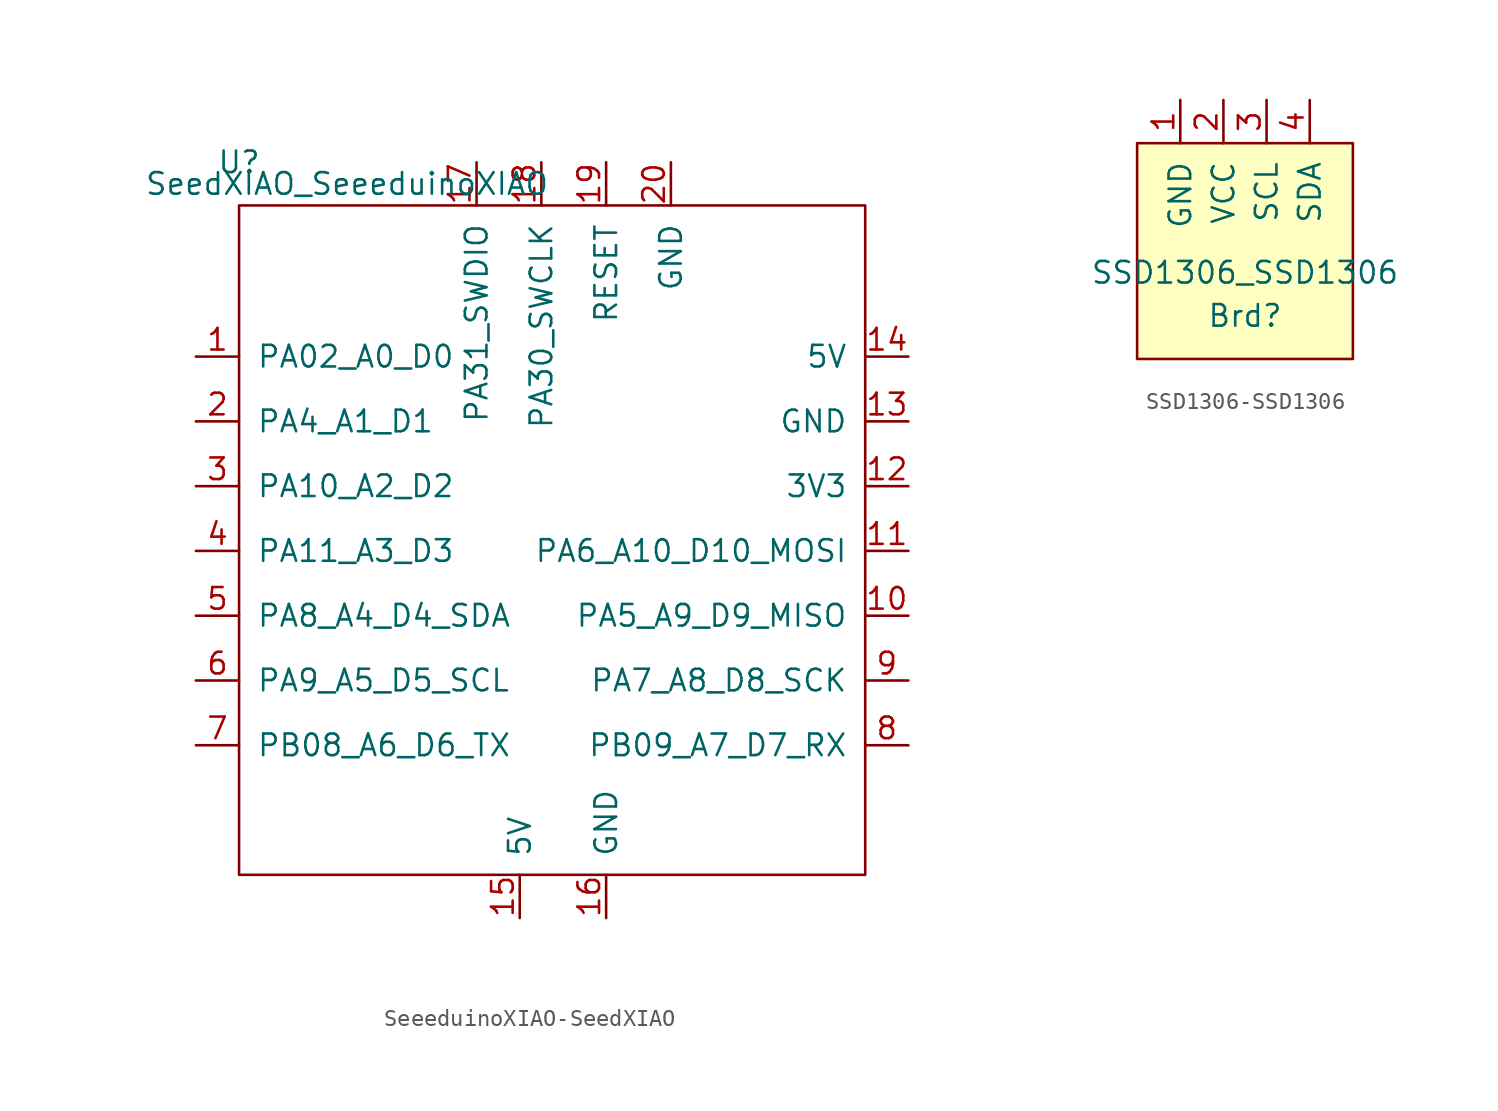
<source format=kicad_sym>
(kicad_symbol_lib
  (version 20231120)
  (generator "kicad_symbol_editor")
  (generator_version "8.0")
  (symbol "SeeeduinoXIAO-SeedXIAO"
    (pin_names
      (offset 1.016))
    (property "Reference" "U"
      (at -19.05 22.86 0)
      (effects (font (size 1.27 1.27))))
    (property "Value" "SeedXIAO_SeeeduinoXIAO"
      (at -12.7 21.59 0)
      (effects (font (size 1.27 1.27))))
    (symbol "SeeeduinoXIAO-SeedXIAO_0_1"
      (rectangle (start -19.05 20.32) (end 17.78 -19.05) (stroke (width 0) (type solid)) (fill (type none))))
    (symbol "SeeeduinoXIAO-SeedXIAO_1_1"
      (pin unspecified line (at -21.59 11.43 0) (length 2.54) (name "PA02_A0_D0" (effects (font (size 1.27 1.27)))) (number "1" (effects (font (size 1.27 1.27)))))
      (pin unspecified line (at 20.32 -3.81 180) (length 2.54) (name "PA5_A9_D9_MISO" (effects (font (size 1.27 1.27)))) (number "10" (effects (font (size 1.27 1.27)))))
      (pin unspecified line (at 20.32 0 180) (length 2.54) (name "PA6_A10_D10_MOSI" (effects (font (size 1.27 1.27)))) (number "11" (effects (font (size 1.27 1.27)))))
      (pin unspecified line (at 20.32 3.81 180) (length 2.54) (name "3V3" (effects (font (size 1.27 1.27)))) (number "12" (effects (font (size 1.27 1.27)))))
      (pin unspecified line (at 20.32 7.62 180) (length 2.54) (name "GND" (effects (font (size 1.27 1.27)))) (number "13" (effects (font (size 1.27 1.27)))))
      (pin unspecified line (at 20.32 11.43 180) (length 2.54) (name "5V" (effects (font (size 1.27 1.27)))) (number "14" (effects (font (size 1.27 1.27)))))
      (pin input line (at -2.54 -21.59 90) (length 2.54) (name "5V" (effects (font (size 1.27 1.27)))) (number "15" (effects (font (size 1.27 1.27)))))
      (pin input line (at 2.54 -21.59 90) (length 2.54) (name "GND" (effects (font (size 1.27 1.27)))) (number "16" (effects (font (size 1.27 1.27)))))
      (pin input line (at -5.08 22.86 270) (length 2.54) (name "PA31_SWDIO" (effects (font (size 1.27 1.27)))) (number "17" (effects (font (size 1.27 1.27)))))
      (pin input line (at -1.27 22.86 270) (length 2.54) (name "PA30_SWCLK" (effects (font (size 1.27 1.27)))) (number "18" (effects (font (size 1.27 1.27)))))
      (pin input line (at 2.54 22.86 270) (length 2.54) (name "RESET" (effects (font (size 1.27 1.27)))) (number "19" (effects (font (size 1.27 1.27)))))
      (pin unspecified line (at -21.59 7.62 0) (length 2.54) (name "PA4_A1_D1" (effects (font (size 1.27 1.27)))) (number "2" (effects (font (size 1.27 1.27)))))
      (pin input line (at 6.35 22.86 270) (length 2.54) (name "GND" (effects (font (size 1.27 1.27)))) (number "20" (effects (font (size 1.27 1.27)))))
      (pin unspecified line (at -21.59 3.81 0) (length 2.54) (name "PA10_A2_D2" (effects (font (size 1.27 1.27)))) (number "3" (effects (font (size 1.27 1.27)))))
      (pin unspecified line (at -21.59 0 0) (length 2.54) (name "PA11_A3_D3" (effects (font (size 1.27 1.27)))) (number "4" (effects (font (size 1.27 1.27)))))
      (pin unspecified line (at -21.59 -3.81 0) (length 2.54) (name "PA8_A4_D4_SDA" (effects (font (size 1.27 1.27)))) (number "5" (effects (font (size 1.27 1.27)))))
      (pin unspecified line (at -21.59 -7.62 0) (length 2.54) (name "PA9_A5_D5_SCL" (effects (font (size 1.27 1.27)))) (number "6" (effects (font (size 1.27 1.27)))))
      (pin unspecified line (at -21.59 -11.43 0) (length 2.54) (name "PB08_A6_D6_TX" (effects (font (size 1.27 1.27)))) (number "7" (effects (font (size 1.27 1.27)))))
      (pin unspecified line (at 20.32 -11.43 180) (length 2.54) (name "PB09_A7_D7_RX" (effects (font (size 1.27 1.27)))) (number "8" (effects (font (size 1.27 1.27)))))
      (pin unspecified line (at 20.32 -7.62 180) (length 2.54) (name "PA7_A8_D8_SCK" (effects (font (size 1.27 1.27)))) (number "9" (effects (font (size 1.27 1.27)))))))
  (symbol "SSD1306-SSD1306"
    (pin_names
      (offset 1.016))
    (property "Reference" "Brd"
      (at 0 -3.81 0)
      (effects (font (size 1.27 1.27))))
    (property "Value" "SSD1306_SSD1306"
      (at 0 -1.27 0)
      (effects (font (size 1.27 1.27))))
    (symbol "SSD1306-SSD1306_0_1"
      (rectangle (start -6.35 6.35) (end 6.35 -6.35) (stroke (width 0) (type solid)) (fill (type background))))
    (symbol "SSD1306-SSD1306_1_1"
      (pin input line (at -3.81 8.89 270) (length 2.54) (name "GND" (effects (font (size 1.27 1.27)))) (number "1" (effects (font (size 1.27 1.27)))))
      (pin input line (at -1.27 8.89 270) (length 2.54) (name "VCC" (effects (font (size 1.27 1.27)))) (number "2" (effects (font (size 1.27 1.27)))))
      (pin input line (at 1.27 8.89 270) (length 2.54) (name "SCL" (effects (font (size 1.27 1.27)))) (number "3" (effects (font (size 1.27 1.27)))))
      (pin input line (at 3.81 8.89 270) (length 2.54) (name "SDA" (effects (font (size 1.27 1.27)))) (number "4" (effects (font (size 1.27 1.27))))))))
</source>
